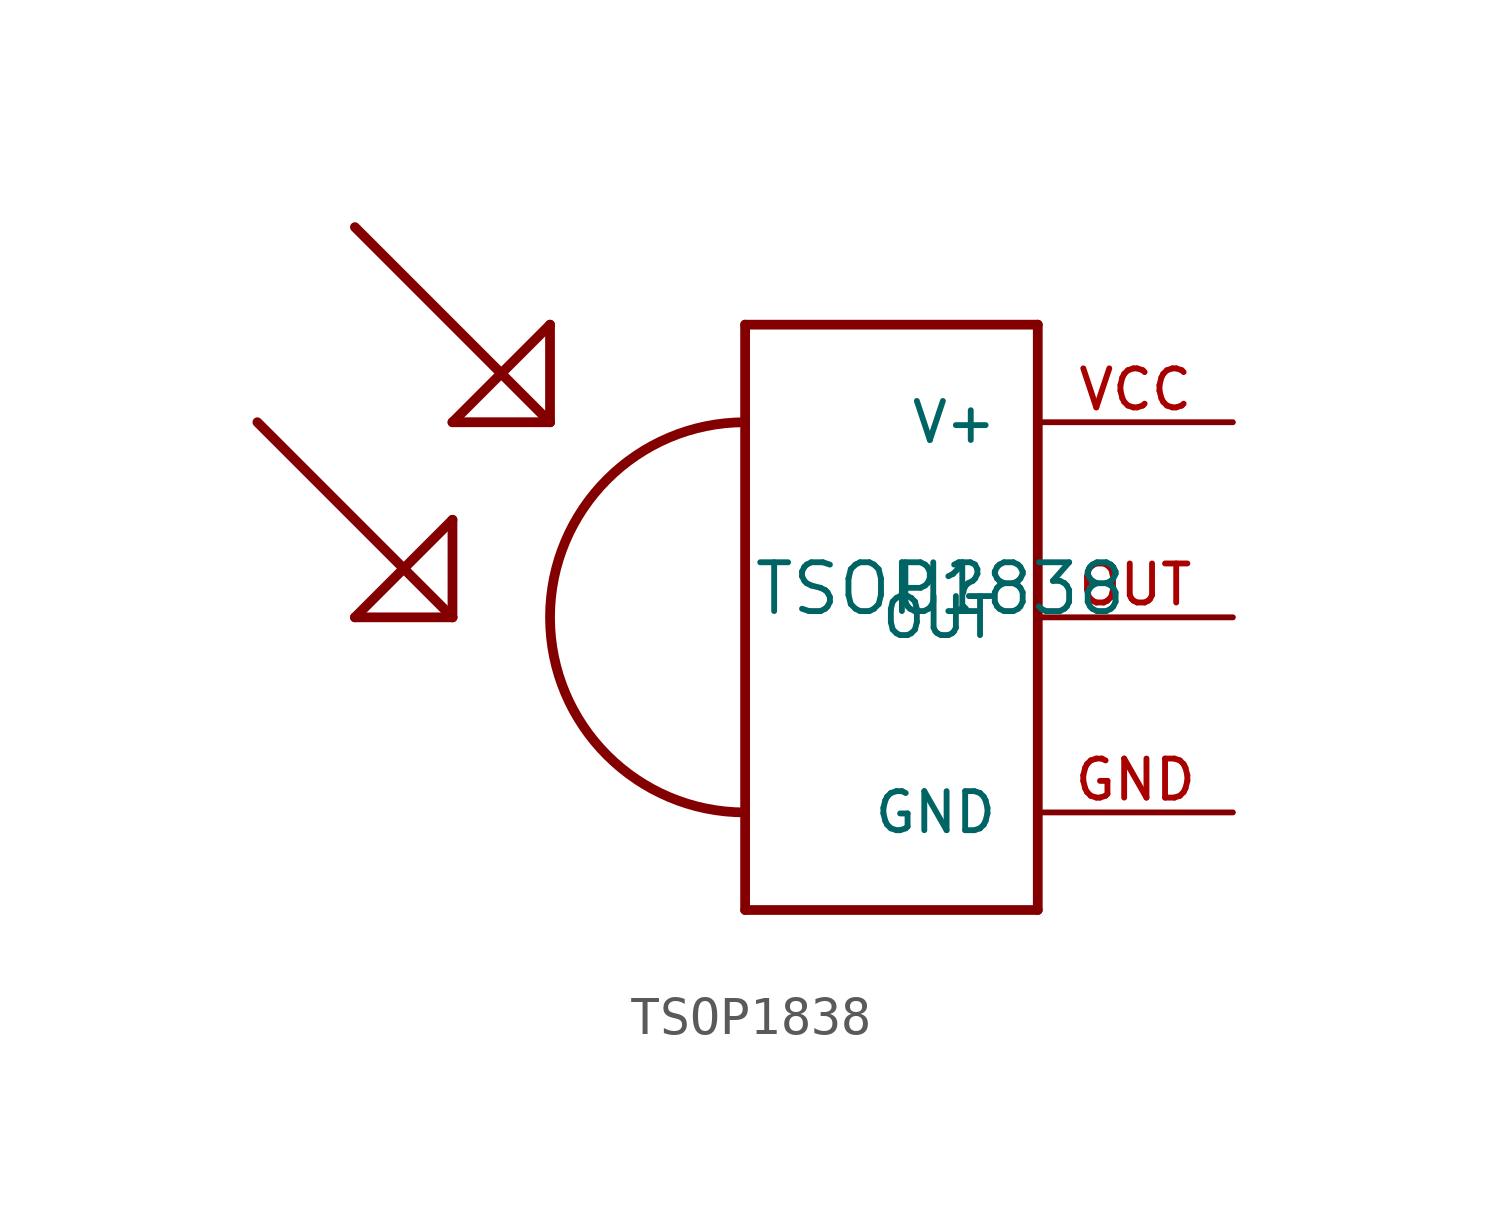
<source format=kicad_sym>
(kicad_symbol_lib
  (version 20211014)
  (generator kicad_symbol_editor)
  (symbol "TSOP1838"
    (pin_names
      (offset 1.016))
    (property "Reference" "U"
      (at 0 0 0)
      (effects (font (size 1.27 1.27)) (justify bottom)))
    (property "Value" "TSOP1838"
      (at 0 0 0)
      (effects (font (size 1.27 1.27)) (justify bottom)))
    (symbol "TSOP1838_0_0"
      (arc (start -5.08 5.08) (mid -10.16 0) (end -5.08 -5.08) (stroke (width 0.254) (type default) (color 0 0 0 0)) (fill (type none)))
      (polyline (pts (xy -15.24 0) (xy -12.7 0)) (stroke (width 0.254) (type default) (color 0 0 0 0)) (fill (type none)))
      (polyline (pts (xy -15.24 0) (xy -12.7 2.54)) (stroke (width 0.254) (type default) (color 0 0 0 0)) (fill (type none)))
      (polyline (pts (xy -15.24 10.16) (xy -10.16 5.08)) (stroke (width 0.254) (type default) (color 0 0 0 0)) (fill (type none)))
      (polyline (pts (xy -12.7 0) (xy -17.78 5.08)) (stroke (width 0.254) (type default) (color 0 0 0 0)) (fill (type none)))
      (polyline (pts (xy -12.7 2.54) (xy -12.7 0)) (stroke (width 0.254) (type default) (color 0 0 0 0)) (fill (type none)))
      (polyline (pts (xy -12.7 5.08) (xy -10.16 5.08)) (stroke (width 0.254) (type default) (color 0 0 0 0)) (fill (type none)))
      (polyline (pts (xy -10.16 5.08) (xy -10.16 7.62)) (stroke (width 0.254) (type default) (color 0 0 0 0)) (fill (type none)))
      (polyline (pts (xy -10.16 7.62) (xy -12.7 5.08)) (stroke (width 0.254) (type default) (color 0 0 0 0)) (fill (type none)))
      (polyline (pts (xy -5.08 -7.62) (xy -5.08 7.62)) (stroke (width 0.254) (type default) (color 0 0 0 0)) (fill (type none)))
      (polyline (pts (xy -5.08 7.62) (xy 2.54 7.62)) (stroke (width 0.254) (type default) (color 0 0 0 0)) (fill (type none)))
      (polyline (pts (xy 2.54 -7.62) (xy -5.08 -7.62)) (stroke (width 0.254) (type default) (color 0 0 0 0)) (fill (type none)))
      (polyline (pts (xy 2.54 7.62) (xy 2.54 -7.62)) (stroke (width 0.254) (type default) (color 0 0 0 0)) (fill (type none)))
      (pin power_in line (at 7.62 -5.08 180) (length 5.08) (name "GND" (effects (font (size 1.016 1.016)))) (number "GND" (effects (font (size 1.016 1.016)))))
      (pin bidirectional line (at 7.62 0 180) (length 5.08) (name "OUT" (effects (font (size 1.016 1.016)))) (number "OUT" (effects (font (size 1.016 1.016)))))
      (pin power_in line (at 7.62 5.08 180) (length 5.08) (name "V+" (effects (font (size 1.016 1.016)))) (number "VCC" (effects (font (size 1.016 1.016))))))))
</source>
